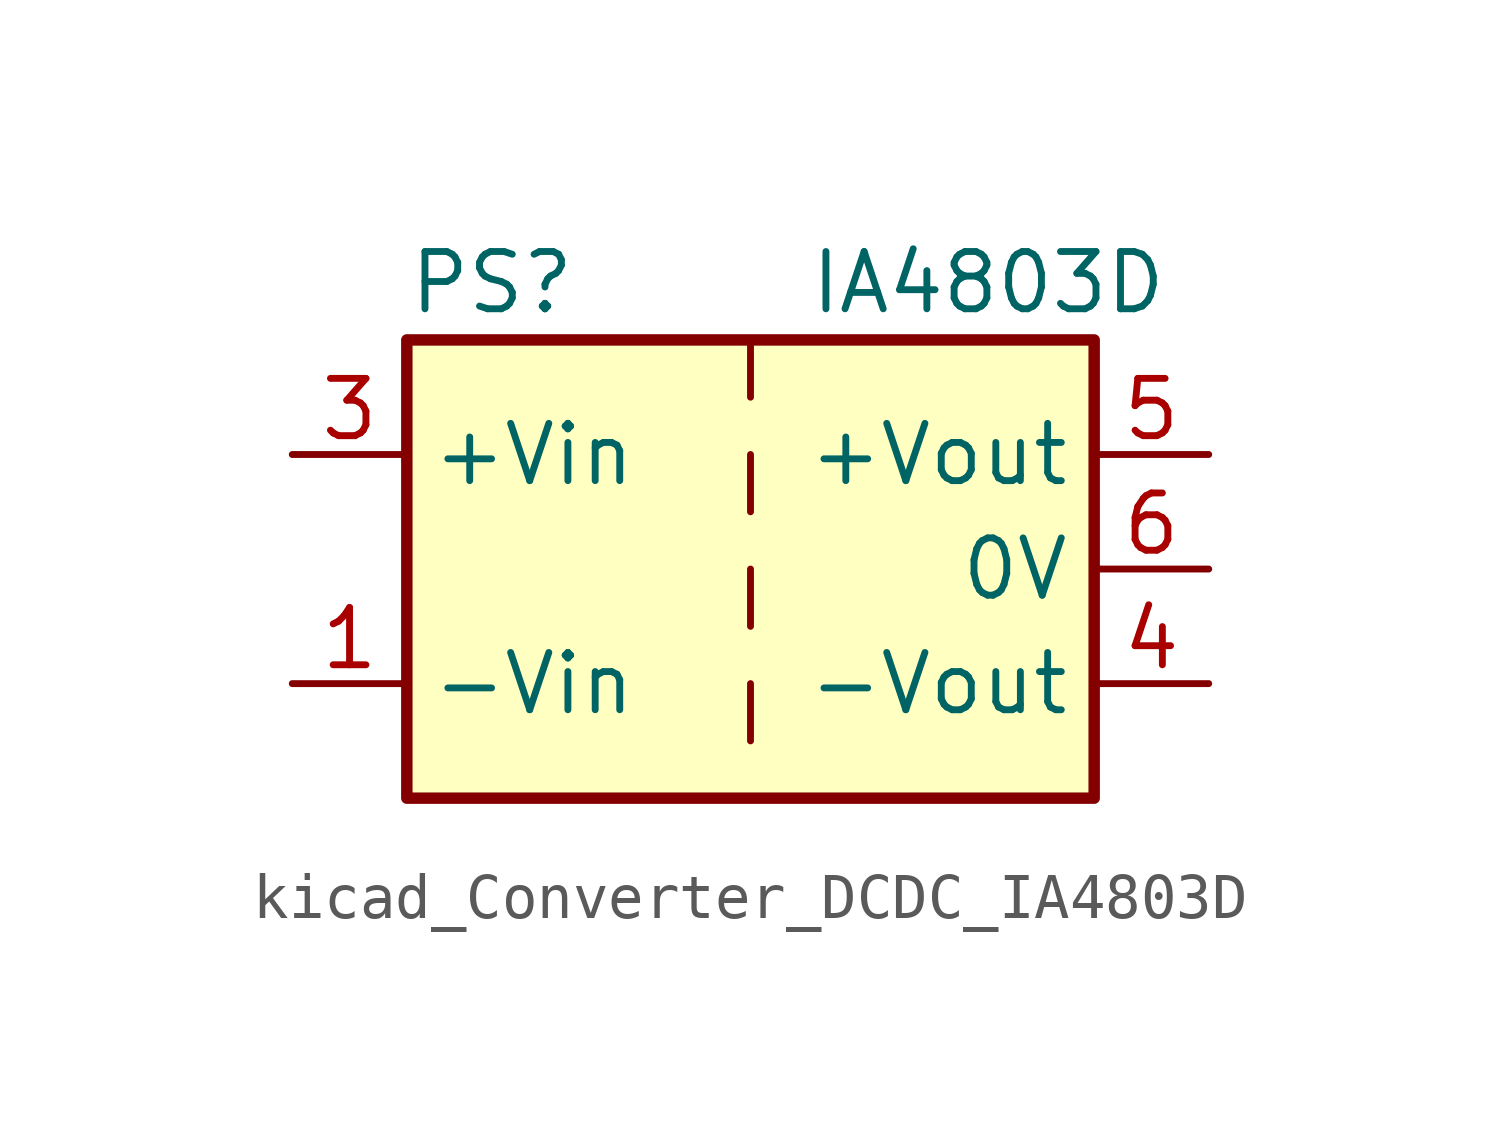
<source format=kicad_sym>
(kicad_symbol_lib
  (version 20220914)
  (generator kicad_symbol_editor)
  (symbol "kicad_Converter_DCDC_IA4803D"
    (property "Reference" "PS"
      (at -7.62 6.35 0)
      (effects (font (size 1.27 1.27)) (justify left)))
    (property "Value" "IA4803D"
      (at 1.27 6.35 0)
      (effects (font (size 1.27 1.27)) (justify left)))
    (symbol "kicad_Converter_DCDC_IA4803D_0_0"
      (pin power_in line (at -10.16 -2.54 0) (length 2.54) (name "-Vin" (effects (font (size 1.27 1.27)))) (number "1" (effects (font (size 1.27 1.27)))))
      (pin power_in line (at -10.16 2.54 0) (length 2.54) (name "+Vin" (effects (font (size 1.27 1.27)))) (number "3" (effects (font (size 1.27 1.27)))))
      (pin power_out line (at 10.16 -2.54 180) (length 2.54) (name "-Vout" (effects (font (size 1.27 1.27)))) (number "4" (effects (font (size 1.27 1.27)))))
      (pin power_out line (at 10.16 2.54 180) (length 2.54) (name "+Vout" (effects (font (size 1.27 1.27)))) (number "5" (effects (font (size 1.27 1.27)))))
      (pin power_out line (at 10.16 0 180) (length 2.54) (name "0V" (effects (font (size 1.27 1.27)))) (number "6" (effects (font (size 1.27 1.27))))))
    (symbol "kicad_Converter_DCDC_IA4803D_0_1"
      (rectangle (start -7.62 5.08) (end 7.62 -5.08) (stroke (width 0.254) (type default)) (fill (type background)))
      (polyline (pts (xy 0 -2.54) (xy 0 -3.81)) (stroke (width 0) (type default)) (fill (type none)))
      (polyline (pts (xy 0 0) (xy 0 -1.27)) (stroke (width 0) (type default)) (fill (type none)))
      (polyline (pts (xy 0 2.54) (xy 0 1.27)) (stroke (width 0) (type default)) (fill (type none)))
      (polyline (pts (xy 0 5.08) (xy 0 3.81)) (stroke (width 0) (type default)) (fill (type none))))
    (symbol "kicad_Converter_DCDC_IA4803D_1_1"
      (pin no_connect line (at 0 -5.08 90) (length 2.54) hide (name "NC" (effects (font (size 1.27 1.27)))) (number "2" (effects (font (size 1.27 1.27))))))))
</source>
